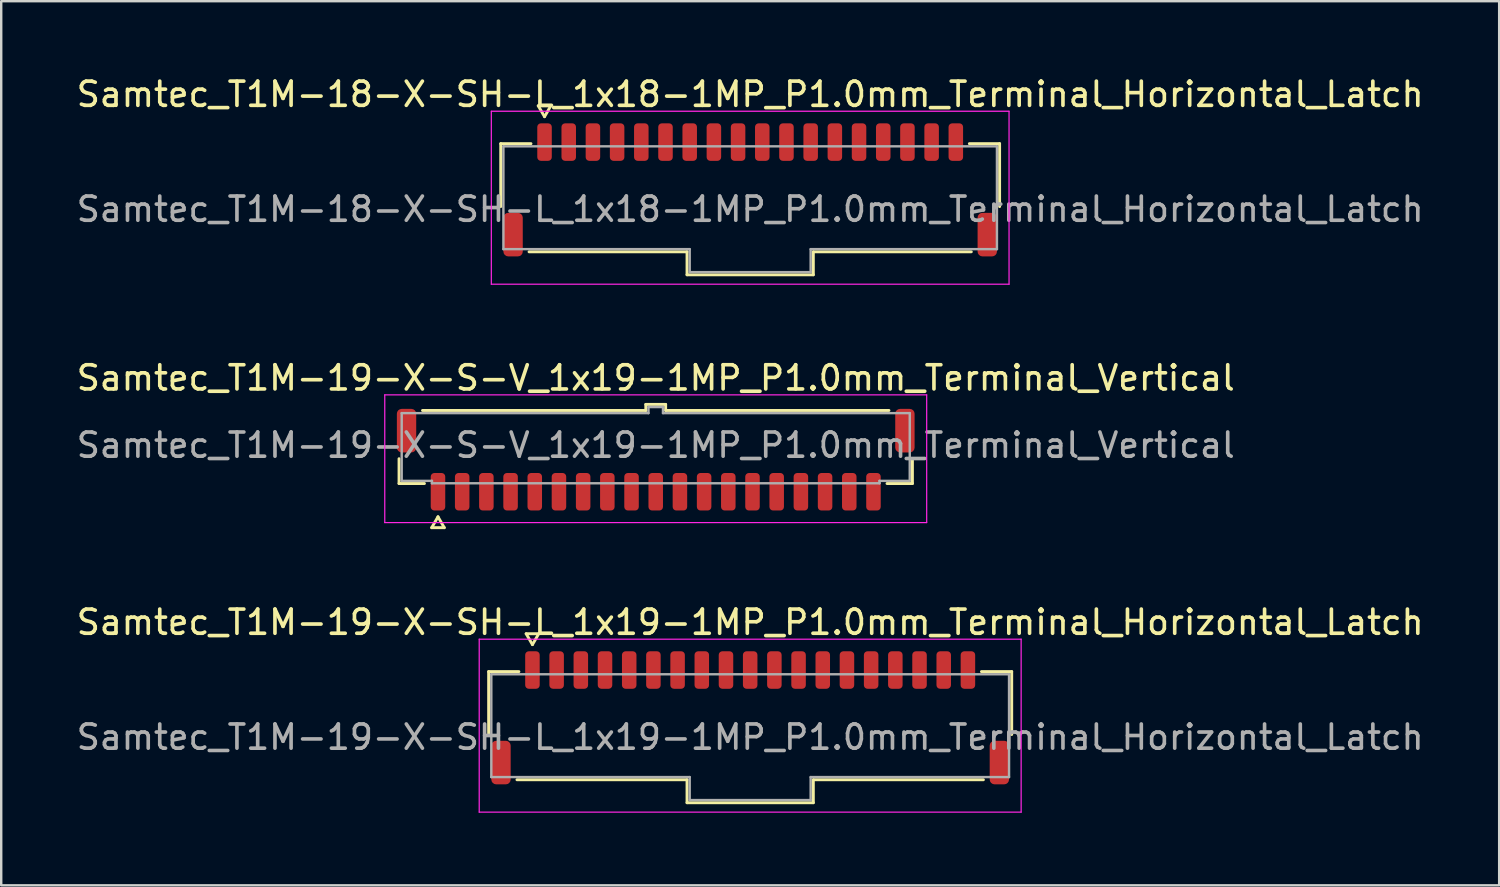
<source format=kicad_pcb>
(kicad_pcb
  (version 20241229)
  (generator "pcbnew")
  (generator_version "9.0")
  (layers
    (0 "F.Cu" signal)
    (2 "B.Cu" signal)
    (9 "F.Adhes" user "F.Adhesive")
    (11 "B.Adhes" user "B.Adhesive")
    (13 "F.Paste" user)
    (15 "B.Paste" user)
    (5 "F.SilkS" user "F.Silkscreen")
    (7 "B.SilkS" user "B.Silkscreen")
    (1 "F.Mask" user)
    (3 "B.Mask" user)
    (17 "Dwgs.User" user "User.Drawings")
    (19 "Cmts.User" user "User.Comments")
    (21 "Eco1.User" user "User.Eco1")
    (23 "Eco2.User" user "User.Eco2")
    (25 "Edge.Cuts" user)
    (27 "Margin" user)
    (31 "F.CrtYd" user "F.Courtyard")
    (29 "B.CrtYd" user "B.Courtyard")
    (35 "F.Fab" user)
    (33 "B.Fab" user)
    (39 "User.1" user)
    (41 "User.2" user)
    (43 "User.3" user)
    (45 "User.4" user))
  (footprint "Samtec_T1M-18-X-SH-L_1x18-1MP_P1.0mm_Terminal_Horizontal_Latch"
    (layer "F.Cu")
    (at 27.958 5.598)
    (property "Reference" "Samtec_T1M-18-X-SH-L_1x18-1MP_P1.0mm_Terminal_Horizontal_Latch" (at 0 -4.75 0) (layer "F.SilkS") (effects (font (size 1 1) (thickness 0.15))))
    (attr smd)
    (fp_line (start -10.31 -2.71) (end -9.06 -2.71) (stroke (width 0.12) (type solid)) (layer "F.SilkS"))
    (fp_line (start -10.31 -0.11) (end -10.31 -2.71) (stroke (width 0.12) (type solid)) (layer "F.SilkS"))
    (fp_line (start -8.76 -4.275) (end -8.5 -3.825) (stroke (width 0.12) (type solid)) (layer "F.SilkS"))
    (fp_line (start -8.5 -3.825) (end -8.24 -4.275) (stroke (width 0.12) (type solid)) (layer "F.SilkS"))
    (fp_line (start -8.24 -4.275) (end -8.76 -4.275) (stroke (width 0.12) (type solid)) (layer "F.SilkS"))
    (fp_line (start -2.61 1.76) (end -9.14 1.76) (stroke (width 0.12) (type solid)) (layer "F.SilkS"))
    (fp_line (start -2.61 2.71) (end -2.61 1.76) (stroke (width 0.12) (type solid)) (layer "F.SilkS"))
    (fp_line (start 2.61 1.76) (end 2.61 2.71) (stroke (width 0.12) (type solid)) (layer "F.SilkS"))
    (fp_line (start 2.61 2.71) (end -2.61 2.71) (stroke (width 0.12) (type solid)) (layer "F.SilkS"))
    (fp_line (start 9.06 -2.71) (end 10.31 -2.71) (stroke (width 0.12) (type solid)) (layer "F.SilkS"))
    (fp_line (start 9.14 1.76) (end 2.61 1.76) (stroke (width 0.12) (type solid)) (layer "F.SilkS"))
    (fp_line (start 10.31 -2.71) (end 10.31 -0.11) (stroke (width 0.12) (type solid)) (layer "F.SilkS"))
    (fp_line (start -10.7 -4.05) (end -10.7 3.1) (stroke (width 0.05) (type solid)) (layer "F.CrtYd"))
    (fp_line (start -10.7 3.1) (end 10.7 3.1) (stroke (width 0.05) (type solid)) (layer "F.CrtYd"))
    (fp_line (start 10.7 -4.05) (end -10.7 -4.05) (stroke (width 0.05) (type solid)) (layer "F.CrtYd"))
    (fp_line (start 10.7 3.1) (end 10.7 -4.05) (stroke (width 0.05) (type solid)) (layer "F.CrtYd"))
    (fp_line (start -10.2 -2.6) (end 10.2 -2.6) (stroke (width 0.1) (type solid)) (layer "F.Fab"))
    (fp_line (start -10.2 1.65) (end -10.2 -2.6) (stroke (width 0.1) (type solid)) (layer "F.Fab"))
    (fp_line (start -2.5 1.65) (end -10.2 1.65) (stroke (width 0.1) (type solid)) (layer "F.Fab"))
    (fp_line (start -2.5 2.6) (end -2.5 1.65) (stroke (width 0.1) (type solid)) (layer "F.Fab"))
    (fp_line (start 2.5 1.65) (end 2.5 2.6) (stroke (width 0.1) (type solid)) (layer "F.Fab"))
    (fp_line (start 2.5 2.6) (end -2.5 2.6) (stroke (width 0.1) (type solid)) (layer "F.Fab"))
    (fp_line (start 10.2 -2.6) (end 10.2 1.65) (stroke (width 0.1) (type solid)) (layer "F.Fab"))
    (fp_line (start 10.2 1.65) (end 2.5 1.65) (stroke (width 0.1) (type solid)) (layer "F.Fab"))
    (fp_text user "${REFERENCE}" (at 0 0 0) (layer "F.Fab") (effects (font (size 1 1) (thickness 0.15))))
    (pad "1" smd roundrect (at -8.5 -2.775) (size 0.6 1.55) (layers "F.Cu" "F.Mask" "F.Paste") (roundrect_rratio 0.25))
    (pad "2" smd roundrect (at -7.5 -2.775) (size 0.6 1.55) (layers "F.Cu" "F.Mask" "F.Paste") (roundrect_rratio 0.25))
    (pad "3" smd roundrect (at -6.5 -2.775) (size 0.6 1.55) (layers "F.Cu" "F.Mask" "F.Paste") (roundrect_rratio 0.25))
    (pad "4" smd roundrect (at -5.5 -2.775) (size 0.6 1.55) (layers "F.Cu" "F.Mask" "F.Paste") (roundrect_rratio 0.25))
    (pad "5" smd roundrect (at -4.5 -2.775) (size 0.6 1.55) (layers "F.Cu" "F.Mask" "F.Paste") (roundrect_rratio 0.25))
    (pad "6" smd roundrect (at -3.5 -2.775) (size 0.6 1.55) (layers "F.Cu" "F.Mask" "F.Paste") (roundrect_rratio 0.25))
    (pad "7" smd roundrect (at -2.5 -2.775) (size 0.6 1.55) (layers "F.Cu" "F.Mask" "F.Paste") (roundrect_rratio 0.25))
    (pad "8" smd roundrect (at -1.5 -2.775) (size 0.6 1.55) (layers "F.Cu" "F.Mask" "F.Paste") (roundrect_rratio 0.25))
    (pad "9" smd roundrect (at -0.5 -2.775) (size 0.6 1.55) (layers "F.Cu" "F.Mask" "F.Paste") (roundrect_rratio 0.25))
    (pad "10" smd roundrect (at 0.5 -2.775) (size 0.6 1.55) (layers "F.Cu" "F.Mask" "F.Paste") (roundrect_rratio 0.25))
    (pad "11" smd roundrect (at 1.5 -2.775) (size 0.6 1.55) (layers "F.Cu" "F.Mask" "F.Paste") (roundrect_rratio 0.25))
    (pad "12" smd roundrect (at 2.5 -2.775) (size 0.6 1.55) (layers "F.Cu" "F.Mask" "F.Paste") (roundrect_rratio 0.25))
    (pad "13" smd roundrect (at 3.5 -2.775) (size 0.6 1.55) (layers "F.Cu" "F.Mask" "F.Paste") (roundrect_rratio 0.25))
    (pad "14" smd roundrect (at 4.5 -2.775) (size 0.6 1.55) (layers "F.Cu" "F.Mask" "F.Paste") (roundrect_rratio 0.25))
    (pad "15" smd roundrect (at 5.5 -2.775) (size 0.6 1.55) (layers "F.Cu" "F.Mask" "F.Paste") (roundrect_rratio 0.25))
    (pad "16" smd roundrect (at 6.5 -2.775) (size 0.6 1.55) (layers "F.Cu" "F.Mask" "F.Paste") (roundrect_rratio 0.25))
    (pad "17" smd roundrect (at 7.5 -2.775) (size 0.6 1.55) (layers "F.Cu" "F.Mask" "F.Paste") (roundrect_rratio 0.25))
    (pad "18" smd roundrect (at 8.5 -2.775) (size 0.6 1.55) (layers "F.Cu" "F.Mask" "F.Paste") (roundrect_rratio 0.25))
    (pad "MP" smd roundrect (at -9.8 1.05) (size 0.8 1.8) (layers "F.Cu" "F.Mask" "F.Paste") (roundrect_rratio 0.25))
    (pad "MP" smd roundrect (at 9.8 1.05) (size 0.8 1.8) (layers "F.Cu" "F.Mask" "F.Paste") (roundrect_rratio 0.25)))
  (footprint "Samtec_T1M-19-X-S-V_1x19-1MP_P1.0mm_Terminal_Vertical"
    (layer "F.Cu")
    (at 24.054 15.351)
    (property "Reference" "Samtec_T1M-19-X-S-V_1x19-1MP_P1.0mm_Terminal_Vertical" (at 0 -2.78 0) (layer "F.SilkS") (effects (font (size 1 1) (thickness 0.15))))
    (attr smd)
    (fp_line (start -10.61 1.585) (end -10.61 0.56) (stroke (width 0.12) (type solid)) (layer "F.SilkS"))
    (fp_line (start -9.64 -1.435) (end -0.41 -1.435) (stroke (width 0.12) (type solid)) (layer "F.SilkS"))
    (fp_line (start -9.56 1.585) (end -10.61 1.585) (stroke (width 0.12) (type solid)) (layer "F.SilkS"))
    (fp_line (start -9.26 3.41) (end -9 2.96) (stroke (width 0.12) (type solid)) (layer "F.SilkS"))
    (fp_line (start -9 2.96) (end -8.74 3.41) (stroke (width 0.12) (type solid)) (layer "F.SilkS"))
    (fp_line (start -8.74 3.41) (end -9.26 3.41) (stroke (width 0.12) (type solid)) (layer "F.SilkS"))
    (fp_line (start -0.41 -1.685) (end 0.41 -1.685) (stroke (width 0.12) (type solid)) (layer "F.SilkS"))
    (fp_line (start -0.41 -1.435) (end -0.41 -1.685) (stroke (width 0.12) (type solid)) (layer "F.SilkS"))
    (fp_line (start 0.41 -1.685) (end 0.41 -1.435) (stroke (width 0.12) (type solid)) (layer "F.SilkS"))
    (fp_line (start 0.41 -1.435) (end 9.64 -1.435) (stroke (width 0.12) (type solid)) (layer "F.SilkS"))
    (fp_line (start 10.61 0.56) (end 10.61 1.585) (stroke (width 0.12) (type solid)) (layer "F.SilkS"))
    (fp_line (start 10.61 1.585) (end 9.56 1.585) (stroke (width 0.12) (type solid)) (layer "F.SilkS"))
    (fp_line (start -11.2 -2.08) (end -11.2 3.2) (stroke (width 0.05) (type solid)) (layer "F.CrtYd"))
    (fp_line (start -11.2 3.2) (end 11.2 3.2) (stroke (width 0.05) (type solid)) (layer "F.CrtYd"))
    (fp_line (start 11.2 -2.08) (end -11.2 -2.08) (stroke (width 0.05) (type solid)) (layer "F.CrtYd"))
    (fp_line (start 11.2 3.2) (end 11.2 -2.08) (stroke (width 0.05) (type solid)) (layer "F.CrtYd"))
    (fp_line (start -10.5 -1.325) (end -0.3 -1.325) (stroke (width 0.1) (type solid)) (layer "F.Fab"))
    (fp_line (start -10.5 1.475) (end -10.5 -1.325) (stroke (width 0.1) (type solid)) (layer "F.Fab"))
    (fp_line (start -9.25 1.475) (end -10.5 1.475) (stroke (width 0.1) (type solid)) (layer "F.Fab"))
    (fp_line (start -9.25 1.575) (end -9.25 1.475) (stroke (width 0.1) (type solid)) (layer "F.Fab"))
    (fp_line (start -0.3 -1.575) (end 0.3 -1.575) (stroke (width 0.1) (type solid)) (layer "F.Fab"))
    (fp_line (start -0.3 -1.325) (end -0.3 -1.575) (stroke (width 0.1) (type solid)) (layer "F.Fab"))
    (fp_line (start 0.3 -1.575) (end 0.3 -1.325) (stroke (width 0.1) (type solid)) (layer "F.Fab"))
    (fp_line (start 0.3 -1.325) (end 10.5 -1.325) (stroke (width 0.1) (type solid)) (layer "F.Fab"))
    (fp_line (start 9.25 1.475) (end 9.25 1.575) (stroke (width 0.1) (type solid)) (layer "F.Fab"))
    (fp_line (start 9.25 1.575) (end -9.25 1.575) (stroke (width 0.1) (type solid)) (layer "F.Fab"))
    (fp_line (start 10.5 -1.325) (end 10.5 1.475) (stroke (width 0.1) (type solid)) (layer "F.Fab"))
    (fp_line (start 10.5 1.475) (end 9.25 1.475) (stroke (width 0.1) (type solid)) (layer "F.Fab"))
    (fp_text user "${REFERENCE}" (at 0 0 0) (layer "F.Fab") (effects (font (size 1 1) (thickness 0.15))))
    (pad "1" smd roundrect (at -9 1.925) (size 0.6 1.55) (layers "F.Cu" "F.Mask" "F.Paste") (roundrect_rratio 0.25))
    (pad "2" smd roundrect (at -8 1.925) (size 0.6 1.55) (layers "F.Cu" "F.Mask" "F.Paste") (roundrect_rratio 0.25))
    (pad "3" smd roundrect (at -7 1.925) (size 0.6 1.55) (layers "F.Cu" "F.Mask" "F.Paste") (roundrect_rratio 0.25))
    (pad "4" smd roundrect (at -6 1.925) (size 0.6 1.55) (layers "F.Cu" "F.Mask" "F.Paste") (roundrect_rratio 0.25))
    (pad "5" smd roundrect (at -5 1.925) (size 0.6 1.55) (layers "F.Cu" "F.Mask" "F.Paste") (roundrect_rratio 0.25))
    (pad "6" smd roundrect (at -4 1.925) (size 0.6 1.55) (layers "F.Cu" "F.Mask" "F.Paste") (roundrect_rratio 0.25))
    (pad "7" smd roundrect (at -3 1.925) (size 0.6 1.55) (layers "F.Cu" "F.Mask" "F.Paste") (roundrect_rratio 0.25))
    (pad "8" smd roundrect (at -2 1.925) (size 0.6 1.55) (layers "F.Cu" "F.Mask" "F.Paste") (roundrect_rratio 0.25))
    (pad "9" smd roundrect (at -1 1.925) (size 0.6 1.55) (layers "F.Cu" "F.Mask" "F.Paste") (roundrect_rratio 0.25))
    (pad "10" smd roundrect (at 0 1.925) (size 0.6 1.55) (layers "F.Cu" "F.Mask" "F.Paste") (roundrect_rratio 0.25))
    (pad "11" smd roundrect (at 1 1.925) (size 0.6 1.55) (layers "F.Cu" "F.Mask" "F.Paste") (roundrect_rratio 0.25))
    (pad "12" smd roundrect (at 2 1.925) (size 0.6 1.55) (layers "F.Cu" "F.Mask" "F.Paste") (roundrect_rratio 0.25))
    (pad "13" smd roundrect (at 3 1.925) (size 0.6 1.55) (layers "F.Cu" "F.Mask" "F.Paste") (roundrect_rratio 0.25))
    (pad "14" smd roundrect (at 4 1.925) (size 0.6 1.55) (layers "F.Cu" "F.Mask" "F.Paste") (roundrect_rratio 0.25))
    (pad "15" smd roundrect (at 5 1.925) (size 0.6 1.55) (layers "F.Cu" "F.Mask" "F.Paste") (roundrect_rratio 0.25))
    (pad "16" smd roundrect (at 6 1.925) (size 0.6 1.55) (layers "F.Cu" "F.Mask" "F.Paste") (roundrect_rratio 0.25))
    (pad "17" smd roundrect (at 7 1.925) (size 0.6 1.55) (layers "F.Cu" "F.Mask" "F.Paste") (roundrect_rratio 0.25))
    (pad "18" smd roundrect (at 8 1.925) (size 0.6 1.55) (layers "F.Cu" "F.Mask" "F.Paste") (roundrect_rratio 0.25))
    (pad "19" smd roundrect (at 9 1.925) (size 0.6 1.55) (layers "F.Cu" "F.Mask" "F.Paste") (roundrect_rratio 0.25))
    (pad "MP" smd roundrect (at -10.3 -0.6) (size 0.8 1.8) (layers "F.Cu" "F.Mask" "F.Paste") (roundrect_rratio 0.25))
    (pad "MP" smd roundrect (at 10.3 -0.6) (size 0.8 1.8) (layers "F.Cu" "F.Mask" "F.Paste") (roundrect_rratio 0.25)))
  (footprint "Samtec_T1M-19-X-SH-L_1x19-1MP_P1.0mm_Terminal_Horizontal_Latch"
    (layer "F.Cu")
    (at 27.958 27.42)
    (property "Reference" "Samtec_T1M-19-X-SH-L_1x19-1MP_P1.0mm_Terminal_Horizontal_Latch" (at 0 -4.75 0) (layer "F.SilkS") (effects (font (size 1 1) (thickness 0.15))))
    (attr smd)
    (fp_line (start -10.81 -2.71) (end -9.56 -2.71) (stroke (width 0.12) (type solid)) (layer "F.SilkS"))
    (fp_line (start -10.81 -0.11) (end -10.81 -2.71) (stroke (width 0.12) (type solid)) (layer "F.SilkS"))
    (fp_line (start -9.26 -4.275) (end -9 -3.825) (stroke (width 0.12) (type solid)) (layer "F.SilkS"))
    (fp_line (start -9 -3.825) (end -8.74 -4.275) (stroke (width 0.12) (type solid)) (layer "F.SilkS"))
    (fp_line (start -8.74 -4.275) (end -9.26 -4.275) (stroke (width 0.12) (type solid)) (layer "F.SilkS"))
    (fp_line (start -2.61 1.76) (end -9.64 1.76) (stroke (width 0.12) (type solid)) (layer "F.SilkS"))
    (fp_line (start -2.61 2.71) (end -2.61 1.76) (stroke (width 0.12) (type solid)) (layer "F.SilkS"))
    (fp_line (start 2.61 1.76) (end 2.61 2.71) (stroke (width 0.12) (type solid)) (layer "F.SilkS"))
    (fp_line (start 2.61 2.71) (end -2.61 2.71) (stroke (width 0.12) (type solid)) (layer "F.SilkS"))
    (fp_line (start 9.56 -2.71) (end 10.81 -2.71) (stroke (width 0.12) (type solid)) (layer "F.SilkS"))
    (fp_line (start 9.64 1.76) (end 2.61 1.76) (stroke (width 0.12) (type solid)) (layer "F.SilkS"))
    (fp_line (start 10.81 -2.71) (end 10.81 -0.11) (stroke (width 0.12) (type solid)) (layer "F.SilkS"))
    (fp_line (start -11.2 -4.05) (end -11.2 3.1) (stroke (width 0.05) (type solid)) (layer "F.CrtYd"))
    (fp_line (start -11.2 3.1) (end 11.2 3.1) (stroke (width 0.05) (type solid)) (layer "F.CrtYd"))
    (fp_line (start 11.2 -4.05) (end -11.2 -4.05) (stroke (width 0.05) (type solid)) (layer "F.CrtYd"))
    (fp_line (start 11.2 3.1) (end 11.2 -4.05) (stroke (width 0.05) (type solid)) (layer "F.CrtYd"))
    (fp_line (start -10.7 -2.6) (end 10.7 -2.6) (stroke (width 0.1) (type solid)) (layer "F.Fab"))
    (fp_line (start -10.7 1.65) (end -10.7 -2.6) (stroke (width 0.1) (type solid)) (layer "F.Fab"))
    (fp_line (start -2.5 1.65) (end -10.7 1.65) (stroke (width 0.1) (type solid)) (layer "F.Fab"))
    (fp_line (start -2.5 2.6) (end -2.5 1.65) (stroke (width 0.1) (type solid)) (layer "F.Fab"))
    (fp_line (start 2.5 1.65) (end 2.5 2.6) (stroke (width 0.1) (type solid)) (layer "F.Fab"))
    (fp_line (start 2.5 2.6) (end -2.5 2.6) (stroke (width 0.1) (type solid)) (layer "F.Fab"))
    (fp_line (start 10.7 -2.6) (end 10.7 1.65) (stroke (width 0.1) (type solid)) (layer "F.Fab"))
    (fp_line (start 10.7 1.65) (end 2.5 1.65) (stroke (width 0.1) (type solid)) (layer "F.Fab"))
    (fp_text user "${REFERENCE}" (at 0 0 0) (layer "F.Fab") (effects (font (size 1 1) (thickness 0.15))))
    (pad "1" smd roundrect (at -9 -2.775) (size 0.6 1.55) (layers "F.Cu" "F.Mask" "F.Paste") (roundrect_rratio 0.25))
    (pad "2" smd roundrect (at -8 -2.775) (size 0.6 1.55) (layers "F.Cu" "F.Mask" "F.Paste") (roundrect_rratio 0.25))
    (pad "3" smd roundrect (at -7 -2.775) (size 0.6 1.55) (layers "F.Cu" "F.Mask" "F.Paste") (roundrect_rratio 0.25))
    (pad "4" smd roundrect (at -6 -2.775) (size 0.6 1.55) (layers "F.Cu" "F.Mask" "F.Paste") (roundrect_rratio 0.25))
    (pad "5" smd roundrect (at -5 -2.775) (size 0.6 1.55) (layers "F.Cu" "F.Mask" "F.Paste") (roundrect_rratio 0.25))
    (pad "6" smd roundrect (at -4 -2.775) (size 0.6 1.55) (layers "F.Cu" "F.Mask" "F.Paste") (roundrect_rratio 0.25))
    (pad "7" smd roundrect (at -3 -2.775) (size 0.6 1.55) (layers "F.Cu" "F.Mask" "F.Paste") (roundrect_rratio 0.25))
    (pad "8" smd roundrect (at -2 -2.775) (size 0.6 1.55) (layers "F.Cu" "F.Mask" "F.Paste") (roundrect_rratio 0.25))
    (pad "9" smd roundrect (at -1 -2.775) (size 0.6 1.55) (layers "F.Cu" "F.Mask" "F.Paste") (roundrect_rratio 0.25))
    (pad "10" smd roundrect (at 0 -2.775) (size 0.6 1.55) (layers "F.Cu" "F.Mask" "F.Paste") (roundrect_rratio 0.25))
    (pad "11" smd roundrect (at 1 -2.775) (size 0.6 1.55) (layers "F.Cu" "F.Mask" "F.Paste") (roundrect_rratio 0.25))
    (pad "12" smd roundrect (at 2 -2.775) (size 0.6 1.55) (layers "F.Cu" "F.Mask" "F.Paste") (roundrect_rratio 0.25))
    (pad "13" smd roundrect (at 3 -2.775) (size 0.6 1.55) (layers "F.Cu" "F.Mask" "F.Paste") (roundrect_rratio 0.25))
    (pad "14" smd roundrect (at 4 -2.775) (size 0.6 1.55) (layers "F.Cu" "F.Mask" "F.Paste") (roundrect_rratio 0.25))
    (pad "15" smd roundrect (at 5 -2.775) (size 0.6 1.55) (layers "F.Cu" "F.Mask" "F.Paste") (roundrect_rratio 0.25))
    (pad "16" smd roundrect (at 6 -2.775) (size 0.6 1.55) (layers "F.Cu" "F.Mask" "F.Paste") (roundrect_rratio 0.25))
    (pad "17" smd roundrect (at 7 -2.775) (size 0.6 1.55) (layers "F.Cu" "F.Mask" "F.Paste") (roundrect_rratio 0.25))
    (pad "18" smd roundrect (at 8 -2.775) (size 0.6 1.55) (layers "F.Cu" "F.Mask" "F.Paste") (roundrect_rratio 0.25))
    (pad "19" smd roundrect (at 9 -2.775) (size 0.6 1.55) (layers "F.Cu" "F.Mask" "F.Paste") (roundrect_rratio 0.25))
    (pad "MP" smd roundrect (at -10.3 1.05) (size 0.8 1.8) (layers "F.Cu" "F.Mask" "F.Paste") (roundrect_rratio 0.25))
    (pad "MP" smd roundrect (at 10.3 1.05) (size 0.8 1.8) (layers "F.Cu" "F.Mask" "F.Paste") (roundrect_rratio 0.25)))
  (gr_rect
    (start -3 -3)
    (end 58.917 33.545)
    (stroke (width 0.1) (type default))
    (fill no)
    (layer "Edge.Cuts")))
</source>
